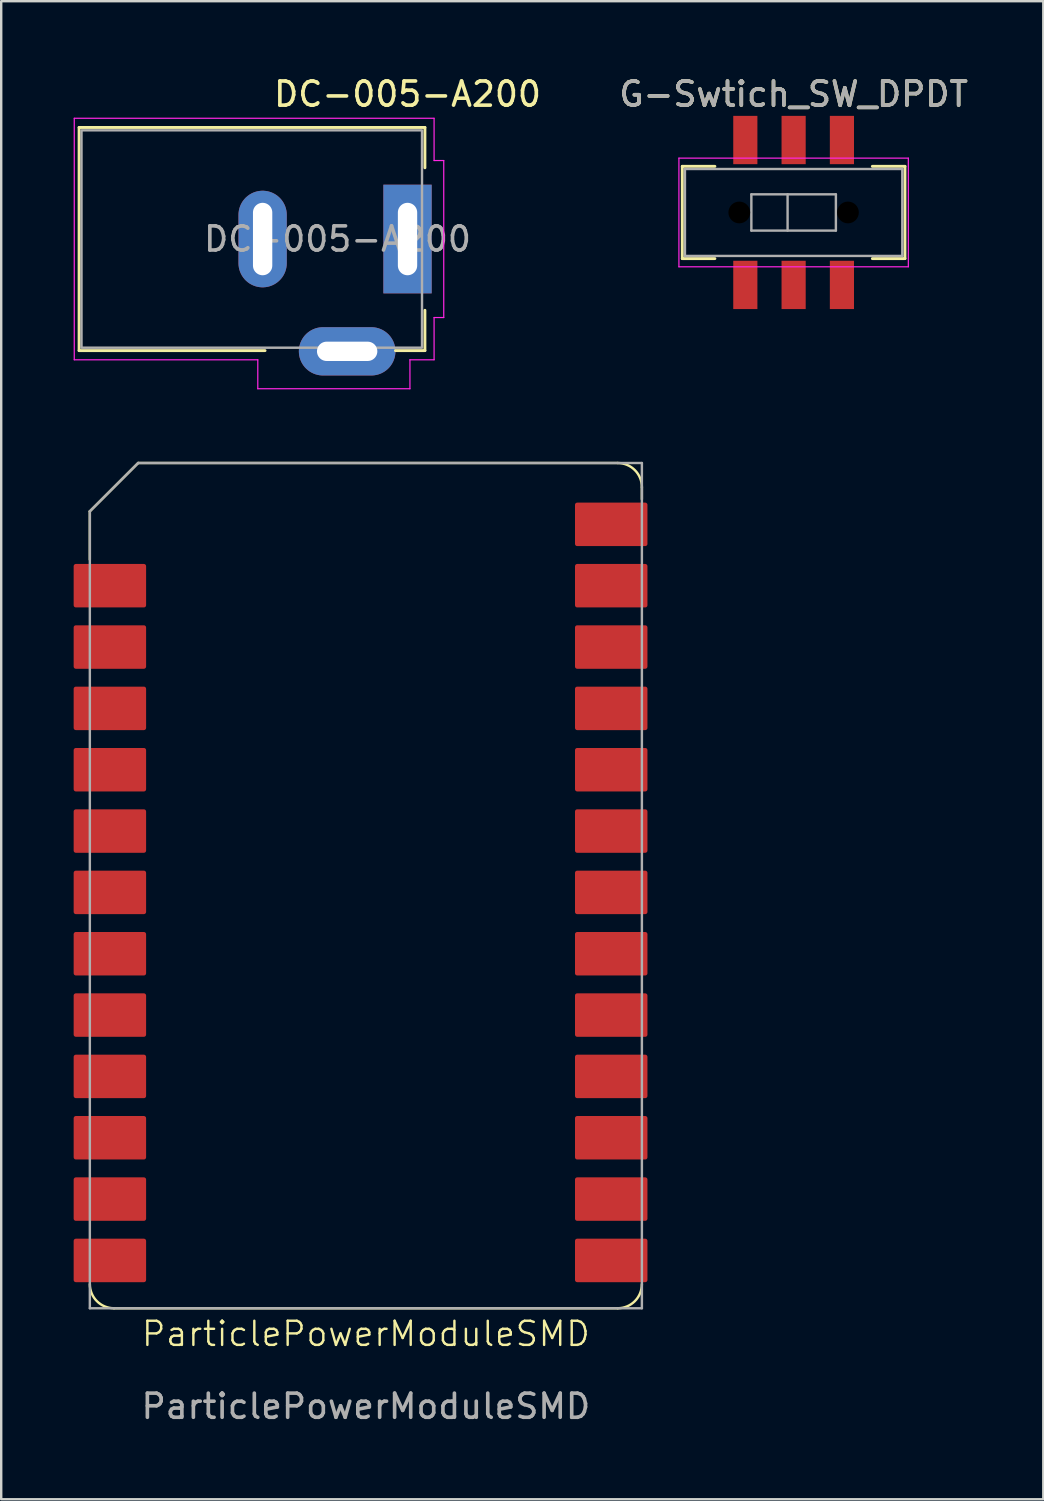
<source format=kicad_pcb>
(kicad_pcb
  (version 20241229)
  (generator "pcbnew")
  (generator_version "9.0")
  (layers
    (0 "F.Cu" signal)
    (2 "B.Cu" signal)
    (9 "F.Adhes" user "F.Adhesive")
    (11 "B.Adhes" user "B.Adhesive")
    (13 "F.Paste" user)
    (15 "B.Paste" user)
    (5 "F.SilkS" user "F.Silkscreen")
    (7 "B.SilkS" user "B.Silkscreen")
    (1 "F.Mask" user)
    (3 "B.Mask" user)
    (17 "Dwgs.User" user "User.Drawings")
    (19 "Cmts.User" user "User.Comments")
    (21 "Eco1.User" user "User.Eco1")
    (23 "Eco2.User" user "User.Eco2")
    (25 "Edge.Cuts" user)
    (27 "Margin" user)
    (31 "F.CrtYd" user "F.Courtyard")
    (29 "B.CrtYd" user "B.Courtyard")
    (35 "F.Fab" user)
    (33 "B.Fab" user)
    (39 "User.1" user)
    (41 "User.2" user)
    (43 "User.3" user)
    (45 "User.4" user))
  (footprint "G-Swtich_SW_DPDT"
    (layer "F.Cu")
    (at 29.813 5.748)
    (property "Reference" "G-Swtich_SW_DPDT" (at 0 -4.9 0) (layer "F.SilkS") (effects (font (size 1 1) (thickness 0.15))))
    (attr smd)
    (fp_line (start -4.61 -1.91) (end -4.61 1.91) (stroke (width 0.12) (type solid)) (layer "F.SilkS"))
    (fp_line (start -4.61 1.91) (end -3.26 1.91) (stroke (width 0.12) (type solid)) (layer "F.SilkS"))
    (fp_line (start -3.26 -1.91) (end -4.61 -1.91) (stroke (width 0.12) (type solid)) (layer "F.SilkS"))
    (fp_line (start 4.61 -1.91) (end 3.26 -1.91) (stroke (width 0.12) (type solid)) (layer "F.SilkS"))
    (fp_line (start 4.61 -1.91) (end 4.61 1.91) (stroke (width 0.12) (type solid)) (layer "F.SilkS"))
    (fp_line (start 4.61 1.91) (end 3.26 1.91) (stroke (width 0.12) (type solid)) (layer "F.SilkS"))
    (fp_line (start -4.75 -2.25) (end -4.75 2.25) (stroke (width 0.05) (type solid)) (layer "F.CrtYd"))
    (fp_line (start -4.75 -2.25) (end 4.75 -2.25) (stroke (width 0.05) (type solid)) (layer "F.CrtYd"))
    (fp_line (start 4.75 -2.25) (end 4.75 2.25) (stroke (width 0.05) (type solid)) (layer "F.CrtYd"))
    (fp_line (start 4.75 2.25) (end -4.75 2.25) (stroke (width 0.05) (type solid)) (layer "F.CrtYd"))
    (fp_line (start -4.5 -1.8) (end 4.5 -1.8) (stroke (width 0.1) (type solid)) (layer "F.Fab"))
    (fp_line (start -4.5 1.8) (end -4.5 -1.8) (stroke (width 0.1) (type solid)) (layer "F.Fab"))
    (fp_line (start -1.75 -0.75) (end -1.75 0.75) (stroke (width 0.1) (type solid)) (layer "F.Fab"))
    (fp_line (start -1.75 -0.75) (end 1.75 -0.75) (stroke (width 0.1) (type solid)) (layer "F.Fab"))
    (fp_line (start -0.25 -0.75) (end -0.25 0.75) (stroke (width 0.1) (type solid)) (layer "F.Fab"))
    (fp_line (start 1.75 -0.75) (end 1.75 0.75) (stroke (width 0.1) (type solid)) (layer "F.Fab"))
    (fp_line (start 1.75 0.75) (end -1.75 0.75) (stroke (width 0.1) (type solid)) (layer "F.Fab"))
    (fp_line (start 4.5 -1.8) (end 4.5 1.8) (stroke (width 0.1) (type solid)) (layer "F.Fab"))
    (fp_line (start 4.5 1.8) (end -4.5 1.8) (stroke (width 0.1) (type solid)) (layer "F.Fab"))
    (fp_text user "${REFERENCE}" (at 0 -4.9 0) (layer "F.Fab") (effects (font (size 1 1) (thickness 0.15))))
    (pad "" np_thru_hole circle (at -2.25 0) (size 1 1) (drill 0.9) (layers "*.Mask"))
    (pad "" np_thru_hole circle (at 2.25 0) (size 1 1) (drill 0.9) (layers "*.Mask"))
    (pad "1" smd rect (at -2 -3) (size 1 2) (layers "F.Cu" "F.Mask" "F.Paste"))
    (pad "2" smd rect (at 0 -3) (size 1 2) (layers "F.Cu" "F.Mask" "F.Paste"))
    (pad "3" smd rect (at 2 -3) (size 1 2) (layers "F.Cu" "F.Mask" "F.Paste"))
    (pad "4" smd rect (at -2 3) (size 1 2) (layers "F.Cu" "F.Mask" "F.Paste"))
    (pad "5" smd rect (at 0 3) (size 1 2) (layers "F.Cu" "F.Mask" "F.Paste"))
    (pad "6" smd rect (at 2 3) (size 1 2) (layers "F.Cu" "F.Mask" "F.Paste")))
  (footprint "DC-005-A200"
    (layer "F.Cu")
    (at 0.325 6.848)
    (property "Reference" "DC-005-A200" (at 13.5 -6 0) (unlocked yes) (layer "F.SilkS") (effects (font (size 1 1) (thickness 0.15))))
    (attr through_hole)
    (fp_line (start -0.1 -4.62) (end -0.1 4.62) (stroke (width 0.12) (type solid)) (layer "F.SilkS"))
    (fp_line (start -0.1 4.62) (end 7.6 4.62) (stroke (width 0.12) (type solid)) (layer "F.SilkS"))
    (fp_line (start 13 4.62) (end 14.22 4.62) (stroke (width 0.12) (type solid)) (layer "F.SilkS"))
    (fp_line (start 14.22 -4.62) (end -0.1 -4.62) (stroke (width 0.12) (type solid)) (layer "F.SilkS"))
    (fp_line (start 14.22 -2.95) (end 14.22 -4.62) (stroke (width 0.12) (type solid)) (layer "F.SilkS"))
    (fp_line (start 14.22 4.62) (end 14.22 2.95) (stroke (width 0.12) (type solid)) (layer "F.SilkS"))
    (fp_line (start -0.3 -5) (end 14.6 -5) (stroke (width 0.05) (type solid)) (layer "F.CrtYd"))
    (fp_line (start -0.3 5) (end -0.3 -5) (stroke (width 0.05) (type solid)) (layer "F.CrtYd"))
    (fp_line (start 7.3 5) (end -0.3 5) (stroke (width 0.05) (type solid)) (layer "F.CrtYd"))
    (fp_line (start 7.3 6.2) (end 7.3 5) (stroke (width 0.05) (type solid)) (layer "F.CrtYd"))
    (fp_line (start 13.6 5) (end 13.6 6.2) (stroke (width 0.05) (type solid)) (layer "F.CrtYd"))
    (fp_line (start 13.6 6.2) (end 7.3 6.2) (stroke (width 0.05) (type solid)) (layer "F.CrtYd"))
    (fp_line (start 14.6 -5) (end 14.6 -3.25) (stroke (width 0.05) (type solid)) (layer "F.CrtYd"))
    (fp_line (start 14.6 -3.25) (end 15 -3.25) (stroke (width 0.05) (type solid)) (layer "F.CrtYd"))
    (fp_line (start 14.6 3.25) (end 14.6 5) (stroke (width 0.05) (type solid)) (layer "F.CrtYd"))
    (fp_line (start 14.6 5) (end 13.6 5) (stroke (width 0.05) (type solid)) (layer "F.CrtYd"))
    (fp_line (start 15 -3.25) (end 15 3.25) (stroke (width 0.05) (type solid)) (layer "F.CrtYd"))
    (fp_line (start 15 3.25) (end 14.6 3.25) (stroke (width 0.05) (type solid)) (layer "F.CrtYd"))
    (fp_rect (start 0 -4.5) (end 14.1 4.5) (stroke (width 0.1) (type solid)) (fill no) (layer "F.Fab"))
    (fp_text user "${REFERENCE}" (at 10.6 0 0) (unlocked yes) (layer "F.Fab") (effects (font (size 1 1) (thickness 0.15))))
    (pad "1" thru_hole rect (at 13.5 0) (size 2 4.5) (drill oval 0.8 3) (layers "*.Cu" "*.Mask"))
    (pad "2" thru_hole oval (at 7.5 0) (size 2 4) (drill oval 0.8 3) (layers "*.Cu" "*.Mask"))
    (pad "3" thru_hole oval (at 11 4.65 90) (size 2 4) (drill oval 0.8 2.5) (layers "*.Cu" "*.Mask")))
  (footprint "ParticlePowerModuleSMD"
    (layer "F.Cu")
    (at 1.72 21.203)
    (property "Reference" "ParticlePowerModuleSMD" (at 10.38 30.98 0) (unlocked yes) (layer "F.SilkS") (effects (font (size 1 1) (thickness 0.1))))
    (attr smd)
    (fp_line (start -1.05 -3.08) (end -1.05 -1.08) (stroke (width 0.1) (type default)) (layer "F.SilkS"))
    (fp_line (start -1.05 -3.08) (end 0.95 -5.08) (stroke (width 0.1) (type default)) (layer "F.SilkS"))
    (fp_line (start 20.81 -5.08) (end 0.95 -5.08) (stroke (width 0.1) (type default)) (layer "F.SilkS"))
    (fp_line (start 20.81 29.92) (end -0.05 29.92) (stroke (width 0.1) (type default)) (layer "F.SilkS"))
    (fp_line (start 21.81 -4.08) (end 21.81 -3.58) (stroke (width 0.1) (type default)) (layer "F.SilkS"))
    (fp_arc (start -0.05 29.92) (mid -0.757107 29.627107) (end -1.05 28.92) (stroke (width 0.1) (type default)) (layer "F.SilkS"))
    (fp_arc (start 20.81 -5.08) (mid 21.517107 -4.787107) (end 21.81 -4.08) (stroke (width 0.1) (type default)) (layer "F.SilkS"))
    (fp_arc (start 21.81 28.92) (mid 21.517107 29.627107) (end 20.81 29.92) (stroke (width 0.1) (type default)) (layer "F.SilkS"))
    (fp_line (start -1.05 -3.08) (end 0.95 -5.08) (stroke (width 0.1) (type default)) (layer "F.Fab"))
    (fp_line (start -1.05 29.92) (end -1.05 -3.08) (stroke (width 0.1) (type default)) (layer "F.Fab"))
    (fp_line (start 21.81 -5.08) (end 0.95 -5.08) (stroke (width 0.1) (type default)) (layer "F.Fab"))
    (fp_line (start 21.81 29.92) (end -1.05 29.92) (stroke (width 0.1) (type default)) (layer "F.Fab"))
    (fp_line (start 21.81 29.92) (end 21.81 -5.08) (stroke (width 0.1) (type default)) (layer "F.Fab"))
    (fp_text user "${REFERENCE}" (at 10.38 33.98 0) (unlocked yes) (layer "F.Fab") (effects (font (size 1 1) (thickness 0.15))))
    (pad "1" smd roundrect (at -0.22 0) (size 3 1.8) (layers "F.Cu" "F.Mask" "F.Paste") (roundrect_rratio 0.05))
    (pad "2" smd roundrect (at -0.22 2.54) (size 3 1.8) (layers "F.Cu" "F.Mask" "F.Paste") (roundrect_rratio 0.05))
    (pad "3" smd roundrect (at -0.22 5.08) (size 3 1.8) (layers "F.Cu" "F.Mask" "F.Paste") (roundrect_rratio 0.05))
    (pad "4" smd roundrect (at -0.22 7.62) (size 3 1.8) (layers "F.Cu" "F.Mask" "F.Paste") (roundrect_rratio 0.05))
    (pad "5" smd roundrect (at -0.22 10.16) (size 3 1.8) (layers "F.Cu" "F.Mask" "F.Paste") (roundrect_rratio 0.05))
    (pad "6" smd roundrect (at -0.22 12.7) (size 3 1.8) (layers "F.Cu" "F.Mask" "F.Paste") (roundrect_rratio 0.05))
    (pad "7" smd roundrect (at -0.22 15.24) (size 3 1.8) (layers "F.Cu" "F.Mask" "F.Paste") (roundrect_rratio 0.05))
    (pad "8" smd roundrect (at -0.22 17.78) (size 3 1.8) (layers "F.Cu" "F.Mask" "F.Paste") (roundrect_rratio 0.05))
    (pad "9" smd roundrect (at -0.22 20.32) (size 3 1.8) (layers "F.Cu" "F.Mask" "F.Paste") (roundrect_rratio 0.05))
    (pad "10" smd roundrect (at -0.22 22.86) (size 3 1.8) (layers "F.Cu" "F.Mask" "F.Paste") (roundrect_rratio 0.05))
    (pad "11" smd roundrect (at -0.22 25.4) (size 3 1.8) (layers "F.Cu" "F.Mask" "F.Paste") (roundrect_rratio 0.05))
    (pad "12" smd roundrect (at -0.22 27.94) (size 3 1.8) (layers "F.Cu" "F.Mask" "F.Paste") (roundrect_rratio 0.05))
    (pad "13" smd roundrect (at 20.54 27.94) (size 3 1.8) (layers "F.Cu" "F.Mask" "F.Paste") (roundrect_rratio 0.05))
    (pad "14" smd roundrect (at 20.54 25.4) (size 3 1.8) (layers "F.Cu" "F.Mask" "F.Paste") (roundrect_rratio 0.05))
    (pad "15" smd roundrect (at 20.54 22.86) (size 3 1.8) (layers "F.Cu" "F.Mask" "F.Paste") (roundrect_rratio 0.05))
    (pad "16" smd roundrect (at 20.54 20.32) (size 3 1.8) (layers "F.Cu" "F.Mask" "F.Paste") (roundrect_rratio 0.05))
    (pad "17" smd roundrect (at 20.54 17.78) (size 3 1.8) (layers "F.Cu" "F.Mask" "F.Paste") (roundrect_rratio 0.05))
    (pad "18" smd roundrect (at 20.54 15.24) (size 3 1.8) (layers "F.Cu" "F.Mask" "F.Paste") (roundrect_rratio 0.05))
    (pad "19" smd roundrect (at 20.54 12.7) (size 3 1.8) (layers "F.Cu" "F.Mask" "F.Paste") (roundrect_rratio 0.05))
    (pad "20" smd roundrect (at 20.54 10.16) (size 3 1.8) (layers "F.Cu" "F.Mask" "F.Paste") (roundrect_rratio 0.05))
    (pad "21" smd roundrect (at 20.54 7.62) (size 3 1.8) (layers "F.Cu" "F.Mask" "F.Paste") (roundrect_rratio 0.05))
    (pad "22" smd roundrect (at 20.54 5.08) (size 3 1.8) (layers "F.Cu" "F.Mask" "F.Paste") (roundrect_rratio 0.05))
    (pad "23" smd roundrect (at 20.54 2.54) (size 3 1.8) (layers "F.Cu" "F.Mask" "F.Paste") (roundrect_rratio 0.05))
    (pad "24" smd roundrect (at 20.54 0) (size 3 1.8) (layers "F.Cu" "F.Mask" "F.Paste") (roundrect_rratio 0.05))
    (pad "25" smd roundrect (at 20.54 -2.54) (size 3 1.8) (layers "F.Cu" "F.Mask" "F.Paste") (roundrect_rratio 0.05)))
  (gr_rect
    (start -3 -3)
    (end 40.152 59.032)
    (stroke (width 0.1) (type default))
    (fill no)
    (layer "Edge.Cuts")))
</source>
